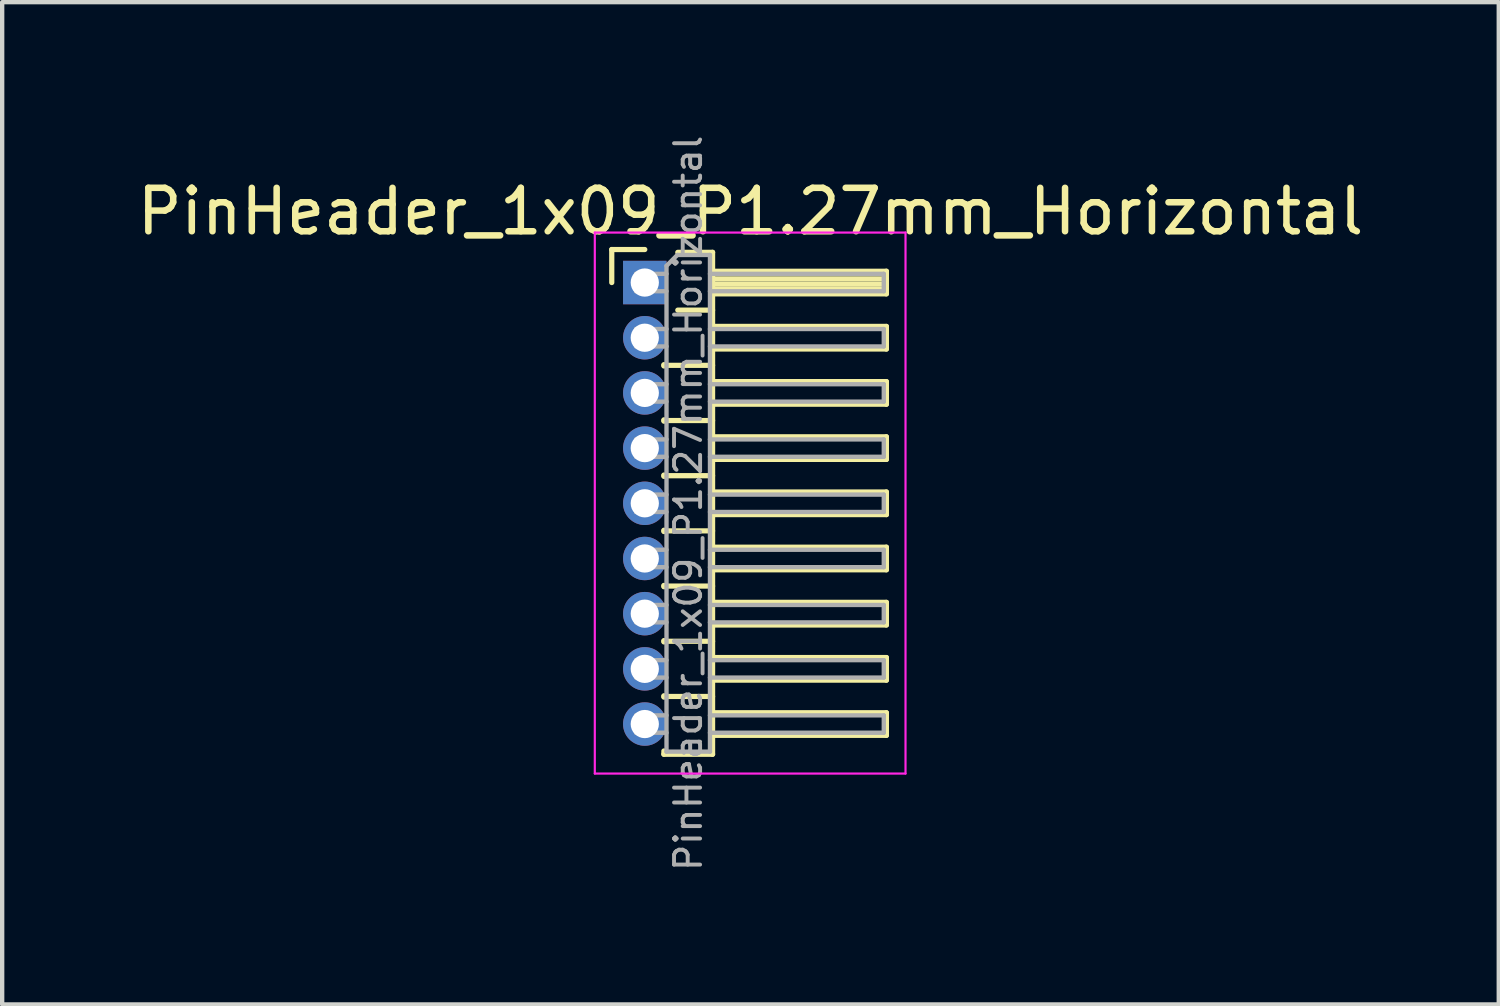
<source format=kicad_pcb>
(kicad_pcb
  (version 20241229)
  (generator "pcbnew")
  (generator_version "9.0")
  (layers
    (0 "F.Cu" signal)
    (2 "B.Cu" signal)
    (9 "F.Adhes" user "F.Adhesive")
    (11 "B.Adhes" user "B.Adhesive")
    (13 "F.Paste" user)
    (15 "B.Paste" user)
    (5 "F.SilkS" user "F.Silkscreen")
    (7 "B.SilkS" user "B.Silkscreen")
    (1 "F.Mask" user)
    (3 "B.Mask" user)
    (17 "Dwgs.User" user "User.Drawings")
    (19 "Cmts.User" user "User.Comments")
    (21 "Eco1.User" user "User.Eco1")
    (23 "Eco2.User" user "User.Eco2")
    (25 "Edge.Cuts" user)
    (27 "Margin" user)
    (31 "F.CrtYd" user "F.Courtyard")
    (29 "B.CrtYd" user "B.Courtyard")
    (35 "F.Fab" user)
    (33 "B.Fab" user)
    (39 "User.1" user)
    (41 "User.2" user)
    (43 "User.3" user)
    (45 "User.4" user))
  (footprint "PinHeader_1x09_P1.27mm_Horizontal"
    (layer "F.Cu")
    (at 11.788 3.452)
    (property "Reference" "PinHeader_1x09_P1.27mm_Horizontal" (at 2.433 -1.635 0) (layer "F.SilkS") (effects (font (size 1 1) (thickness 0.15))))
    (attr through_hole)
    (fp_line (start -0.76 -0.76) (end 0 -0.76) (stroke (width 0.12) (type solid)) (layer "F.SilkS"))
    (fp_line (start -0.76 0) (end -0.76 -0.76) (stroke (width 0.12) (type solid)) (layer "F.SilkS"))
    (fp_line (start 0.44 1.89) (end 0.44 1.92) (stroke (width 0.12) (type solid)) (layer "F.SilkS"))
    (fp_line (start 0.44 1.905) (end 1.56 1.905) (stroke (width 0.12) (type solid)) (layer "F.SilkS"))
    (fp_line (start 0.44 3.16) (end 0.44 3.19) (stroke (width 0.12) (type solid)) (layer "F.SilkS"))
    (fp_line (start 0.44 3.175) (end 1.56 3.175) (stroke (width 0.12) (type solid)) (layer "F.SilkS"))
    (fp_line (start 0.44 4.43) (end 0.44 4.46) (stroke (width 0.12) (type solid)) (layer "F.SilkS"))
    (fp_line (start 0.44 4.445) (end 1.56 4.445) (stroke (width 0.12) (type solid)) (layer "F.SilkS"))
    (fp_line (start 0.44 5.7) (end 0.44 5.73) (stroke (width 0.12) (type solid)) (layer "F.SilkS"))
    (fp_line (start 0.44 5.715) (end 1.56 5.715) (stroke (width 0.12) (type solid)) (layer "F.SilkS"))
    (fp_line (start 0.44 6.97) (end 0.44 7) (stroke (width 0.12) (type solid)) (layer "F.SilkS"))
    (fp_line (start 0.44 6.985) (end 1.56 6.985) (stroke (width 0.12) (type solid)) (layer "F.SilkS"))
    (fp_line (start 0.44 8.24) (end 0.44 8.27) (stroke (width 0.12) (type solid)) (layer "F.SilkS"))
    (fp_line (start 0.44 8.255) (end 1.56 8.255) (stroke (width 0.12) (type solid)) (layer "F.SilkS"))
    (fp_line (start 0.44 9.51) (end 0.44 9.54) (stroke (width 0.12) (type solid)) (layer "F.SilkS"))
    (fp_line (start 0.44 9.525) (end 1.56 9.525) (stroke (width 0.12) (type solid)) (layer "F.SilkS"))
    (fp_line (start 0.44 10.855) (end 0.44 10.78) (stroke (width 0.12) (type solid)) (layer "F.SilkS"))
    (fp_line (start 0.76 -0.695) (end 1.56 -0.695) (stroke (width 0.12) (type solid)) (layer "F.SilkS"))
    (fp_line (start 0.76 0.635) (end 1.56 0.635) (stroke (width 0.12) (type solid)) (layer "F.SilkS"))
    (fp_line (start 1.56 -0.695) (end 1.56 10.855) (stroke (width 0.12) (type solid)) (layer "F.SilkS"))
    (fp_line (start 1.56 -0.26) (end 5.56 -0.26) (stroke (width 0.12) (type solid)) (layer "F.SilkS"))
    (fp_line (start 1.56 -0.2) (end 5.56 -0.2) (stroke (width 0.12) (type solid)) (layer "F.SilkS"))
    (fp_line (start 1.56 -0.08) (end 5.56 -0.08) (stroke (width 0.12) (type solid)) (layer "F.SilkS"))
    (fp_line (start 1.56 0.04) (end 5.56 0.04) (stroke (width 0.12) (type solid)) (layer "F.SilkS"))
    (fp_line (start 1.56 0.16) (end 5.56 0.16) (stroke (width 0.12) (type solid)) (layer "F.SilkS"))
    (fp_line (start 1.56 1.01) (end 5.56 1.01) (stroke (width 0.12) (type solid)) (layer "F.SilkS"))
    (fp_line (start 1.56 2.28) (end 5.56 2.28) (stroke (width 0.12) (type solid)) (layer "F.SilkS"))
    (fp_line (start 1.56 3.55) (end 5.56 3.55) (stroke (width 0.12) (type solid)) (layer "F.SilkS"))
    (fp_line (start 1.56 4.82) (end 5.56 4.82) (stroke (width 0.12) (type solid)) (layer "F.SilkS"))
    (fp_line (start 1.56 6.09) (end 5.56 6.09) (stroke (width 0.12) (type solid)) (layer "F.SilkS"))
    (fp_line (start 1.56 7.36) (end 5.56 7.36) (stroke (width 0.12) (type solid)) (layer "F.SilkS"))
    (fp_line (start 1.56 8.63) (end 5.56 8.63) (stroke (width 0.12) (type solid)) (layer "F.SilkS"))
    (fp_line (start 1.56 9.9) (end 5.56 9.9) (stroke (width 0.12) (type solid)) (layer "F.SilkS"))
    (fp_line (start 1.56 10.855) (end 0.44 10.855) (stroke (width 0.12) (type solid)) (layer "F.SilkS"))
    (fp_line (start 5.56 -0.26) (end 5.56 0.26) (stroke (width 0.12) (type solid)) (layer "F.SilkS"))
    (fp_line (start 5.56 0.26) (end 1.56 0.26) (stroke (width 0.12) (type solid)) (layer "F.SilkS"))
    (fp_line (start 5.56 1.01) (end 5.56 1.53) (stroke (width 0.12) (type solid)) (layer "F.SilkS"))
    (fp_line (start 5.56 1.53) (end 1.56 1.53) (stroke (width 0.12) (type solid)) (layer "F.SilkS"))
    (fp_line (start 5.56 2.28) (end 5.56 2.8) (stroke (width 0.12) (type solid)) (layer "F.SilkS"))
    (fp_line (start 5.56 2.8) (end 1.56 2.8) (stroke (width 0.12) (type solid)) (layer "F.SilkS"))
    (fp_line (start 5.56 3.55) (end 5.56 4.07) (stroke (width 0.12) (type solid)) (layer "F.SilkS"))
    (fp_line (start 5.56 4.07) (end 1.56 4.07) (stroke (width 0.12) (type solid)) (layer "F.SilkS"))
    (fp_line (start 5.56 4.82) (end 5.56 5.34) (stroke (width 0.12) (type solid)) (layer "F.SilkS"))
    (fp_line (start 5.56 5.34) (end 1.56 5.34) (stroke (width 0.12) (type solid)) (layer "F.SilkS"))
    (fp_line (start 5.56 6.09) (end 5.56 6.61) (stroke (width 0.12) (type solid)) (layer "F.SilkS"))
    (fp_line (start 5.56 6.61) (end 1.56 6.61) (stroke (width 0.12) (type solid)) (layer "F.SilkS"))
    (fp_line (start 5.56 7.36) (end 5.56 7.88) (stroke (width 0.12) (type solid)) (layer "F.SilkS"))
    (fp_line (start 5.56 7.88) (end 1.56 7.88) (stroke (width 0.12) (type solid)) (layer "F.SilkS"))
    (fp_line (start 5.56 8.63) (end 5.56 9.15) (stroke (width 0.12) (type solid)) (layer "F.SilkS"))
    (fp_line (start 5.56 9.15) (end 1.56 9.15) (stroke (width 0.12) (type solid)) (layer "F.SilkS"))
    (fp_line (start 5.56 9.9) (end 5.56 10.42) (stroke (width 0.12) (type solid)) (layer "F.SilkS"))
    (fp_line (start 5.56 10.42) (end 1.56 10.42) (stroke (width 0.12) (type solid)) (layer "F.SilkS"))
    (fp_line (start -1.15 -1.15) (end -1.15 11.3) (stroke (width 0.05) (type solid)) (layer "F.CrtYd"))
    (fp_line (start -1.15 11.3) (end 6 11.3) (stroke (width 0.05) (type solid)) (layer "F.CrtYd"))
    (fp_line (start 6 -1.15) (end -1.15 -1.15) (stroke (width 0.05) (type solid)) (layer "F.CrtYd"))
    (fp_line (start 6 11.3) (end 6 -1.15) (stroke (width 0.05) (type solid)) (layer "F.CrtYd"))
    (fp_line (start -0.2 -0.2) (end -0.2 0.2) (stroke (width 0.1) (type solid)) (layer "F.Fab"))
    (fp_line (start -0.2 -0.2) (end 0.5 -0.2) (stroke (width 0.1) (type solid)) (layer "F.Fab"))
    (fp_line (start -0.2 0.2) (end 0.5 0.2) (stroke (width 0.1) (type solid)) (layer "F.Fab"))
    (fp_line (start -0.2 1.07) (end -0.2 1.47) (stroke (width 0.1) (type solid)) (layer "F.Fab"))
    (fp_line (start -0.2 1.07) (end 0.5 1.07) (stroke (width 0.1) (type solid)) (layer "F.Fab"))
    (fp_line (start -0.2 1.47) (end 0.5 1.47) (stroke (width 0.1) (type solid)) (layer "F.Fab"))
    (fp_line (start -0.2 2.34) (end -0.2 2.74) (stroke (width 0.1) (type solid)) (layer "F.Fab"))
    (fp_line (start -0.2 2.34) (end 0.5 2.34) (stroke (width 0.1) (type solid)) (layer "F.Fab"))
    (fp_line (start -0.2 2.74) (end 0.5 2.74) (stroke (width 0.1) (type solid)) (layer "F.Fab"))
    (fp_line (start -0.2 3.61) (end -0.2 4.01) (stroke (width 0.1) (type solid)) (layer "F.Fab"))
    (fp_line (start -0.2 3.61) (end 0.5 3.61) (stroke (width 0.1) (type solid)) (layer "F.Fab"))
    (fp_line (start -0.2 4.01) (end 0.5 4.01) (stroke (width 0.1) (type solid)) (layer "F.Fab"))
    (fp_line (start -0.2 4.88) (end -0.2 5.28) (stroke (width 0.1) (type solid)) (layer "F.Fab"))
    (fp_line (start -0.2 4.88) (end 0.5 4.88) (stroke (width 0.1) (type solid)) (layer "F.Fab"))
    (fp_line (start -0.2 5.28) (end 0.5 5.28) (stroke (width 0.1) (type solid)) (layer "F.Fab"))
    (fp_line (start -0.2 6.15) (end -0.2 6.55) (stroke (width 0.1) (type solid)) (layer "F.Fab"))
    (fp_line (start -0.2 6.15) (end 0.5 6.15) (stroke (width 0.1) (type solid)) (layer "F.Fab"))
    (fp_line (start -0.2 6.55) (end 0.5 6.55) (stroke (width 0.1) (type solid)) (layer "F.Fab"))
    (fp_line (start -0.2 7.42) (end -0.2 7.82) (stroke (width 0.1) (type solid)) (layer "F.Fab"))
    (fp_line (start -0.2 7.42) (end 0.5 7.42) (stroke (width 0.1) (type solid)) (layer "F.Fab"))
    (fp_line (start -0.2 7.82) (end 0.5 7.82) (stroke (width 0.1) (type solid)) (layer "F.Fab"))
    (fp_line (start -0.2 8.69) (end -0.2 9.09) (stroke (width 0.1) (type solid)) (layer "F.Fab"))
    (fp_line (start -0.2 8.69) (end 0.5 8.69) (stroke (width 0.1) (type solid)) (layer "F.Fab"))
    (fp_line (start -0.2 9.09) (end 0.5 9.09) (stroke (width 0.1) (type solid)) (layer "F.Fab"))
    (fp_line (start -0.2 9.96) (end -0.2 10.36) (stroke (width 0.1) (type solid)) (layer "F.Fab"))
    (fp_line (start -0.2 9.96) (end 0.5 9.96) (stroke (width 0.1) (type solid)) (layer "F.Fab"))
    (fp_line (start -0.2 10.36) (end 0.5 10.36) (stroke (width 0.1) (type solid)) (layer "F.Fab"))
    (fp_line (start 0.5 -0.385) (end 0.75 -0.635) (stroke (width 0.1) (type solid)) (layer "F.Fab"))
    (fp_line (start 0.5 10.795) (end 0.5 -0.385) (stroke (width 0.1) (type solid)) (layer "F.Fab"))
    (fp_line (start 0.75 -0.635) (end 1.5 -0.635) (stroke (width 0.1) (type solid)) (layer "F.Fab"))
    (fp_line (start 1.5 -0.635) (end 1.5 10.795) (stroke (width 0.1) (type solid)) (layer "F.Fab"))
    (fp_line (start 1.5 -0.2) (end 5.5 -0.2) (stroke (width 0.1) (type solid)) (layer "F.Fab"))
    (fp_line (start 1.5 0.2) (end 5.5 0.2) (stroke (width 0.1) (type solid)) (layer "F.Fab"))
    (fp_line (start 1.5 1.07) (end 5.5 1.07) (stroke (width 0.1) (type solid)) (layer "F.Fab"))
    (fp_line (start 1.5 1.47) (end 5.5 1.47) (stroke (width 0.1) (type solid)) (layer "F.Fab"))
    (fp_line (start 1.5 2.34) (end 5.5 2.34) (stroke (width 0.1) (type solid)) (layer "F.Fab"))
    (fp_line (start 1.5 2.74) (end 5.5 2.74) (stroke (width 0.1) (type solid)) (layer "F.Fab"))
    (fp_line (start 1.5 3.61) (end 5.5 3.61) (stroke (width 0.1) (type solid)) (layer "F.Fab"))
    (fp_line (start 1.5 4.01) (end 5.5 4.01) (stroke (width 0.1) (type solid)) (layer "F.Fab"))
    (fp_line (start 1.5 4.88) (end 5.5 4.88) (stroke (width 0.1) (type solid)) (layer "F.Fab"))
    (fp_line (start 1.5 5.28) (end 5.5 5.28) (stroke (width 0.1) (type solid)) (layer "F.Fab"))
    (fp_line (start 1.5 6.15) (end 5.5 6.15) (stroke (width 0.1) (type solid)) (layer "F.Fab"))
    (fp_line (start 1.5 6.55) (end 5.5 6.55) (stroke (width 0.1) (type solid)) (layer "F.Fab"))
    (fp_line (start 1.5 7.42) (end 5.5 7.42) (stroke (width 0.1) (type solid)) (layer "F.Fab"))
    (fp_line (start 1.5 7.82) (end 5.5 7.82) (stroke (width 0.1) (type solid)) (layer "F.Fab"))
    (fp_line (start 1.5 8.69) (end 5.5 8.69) (stroke (width 0.1) (type solid)) (layer "F.Fab"))
    (fp_line (start 1.5 9.09) (end 5.5 9.09) (stroke (width 0.1) (type solid)) (layer "F.Fab"))
    (fp_line (start 1.5 9.96) (end 5.5 9.96) (stroke (width 0.1) (type solid)) (layer "F.Fab"))
    (fp_line (start 1.5 10.36) (end 5.5 10.36) (stroke (width 0.1) (type solid)) (layer "F.Fab"))
    (fp_line (start 1.5 10.795) (end 0.5 10.795) (stroke (width 0.1) (type solid)) (layer "F.Fab"))
    (fp_line (start 5.5 -0.2) (end 5.5 0.2) (stroke (width 0.1) (type solid)) (layer "F.Fab"))
    (fp_line (start 5.5 1.07) (end 5.5 1.47) (stroke (width 0.1) (type solid)) (layer "F.Fab"))
    (fp_line (start 5.5 2.34) (end 5.5 2.74) (stroke (width 0.1) (type solid)) (layer "F.Fab"))
    (fp_line (start 5.5 3.61) (end 5.5 4.01) (stroke (width 0.1) (type solid)) (layer "F.Fab"))
    (fp_line (start 5.5 4.88) (end 5.5 5.28) (stroke (width 0.1) (type solid)) (layer "F.Fab"))
    (fp_line (start 5.5 6.15) (end 5.5 6.55) (stroke (width 0.1) (type solid)) (layer "F.Fab"))
    (fp_line (start 5.5 7.42) (end 5.5 7.82) (stroke (width 0.1) (type solid)) (layer "F.Fab"))
    (fp_line (start 5.5 8.69) (end 5.5 9.09) (stroke (width 0.1) (type solid)) (layer "F.Fab"))
    (fp_line (start 5.5 9.96) (end 5.5 10.36) (stroke (width 0.1) (type solid)) (layer "F.Fab"))
    (fp_text user "${REFERENCE}" (at 1 5.08 90) (layer "F.Fab") (effects (font (size 0.6 0.6) (thickness 0.09))))
    (pad "1" thru_hole rect (at 0 0) (size 1 1) (drill 0.65) (layers "*.Cu" "*.Mask"))
    (pad "2" thru_hole oval (at 0 1.27) (size 1 1) (drill 0.65) (layers "*.Cu" "*.Mask"))
    (pad "3" thru_hole oval (at 0 2.54) (size 1 1) (drill 0.65) (layers "*.Cu" "*.Mask"))
    (pad "4" thru_hole oval (at 0 3.81) (size 1 1) (drill 0.65) (layers "*.Cu" "*.Mask"))
    (pad "5" thru_hole oval (at 0 5.08) (size 1 1) (drill 0.65) (layers "*.Cu" "*.Mask"))
    (pad "6" thru_hole oval (at 0 6.35) (size 1 1) (drill 0.65) (layers "*.Cu" "*.Mask"))
    (pad "7" thru_hole oval (at 0 7.62) (size 1 1) (drill 0.65) (layers "*.Cu" "*.Mask"))
    (pad "8" thru_hole oval (at 0 8.89) (size 1 1) (drill 0.65) (layers "*.Cu" "*.Mask"))
    (pad "9" thru_hole oval (at 0 10.16) (size 1 1) (drill 0.65) (layers "*.Cu" "*.Mask")))
  (gr_rect
    (start -3 -3)
    (end 31.44 20.064)
    (stroke (width 0.1) (type default))
    (fill no)
    (layer "Edge.Cuts")))
</source>
